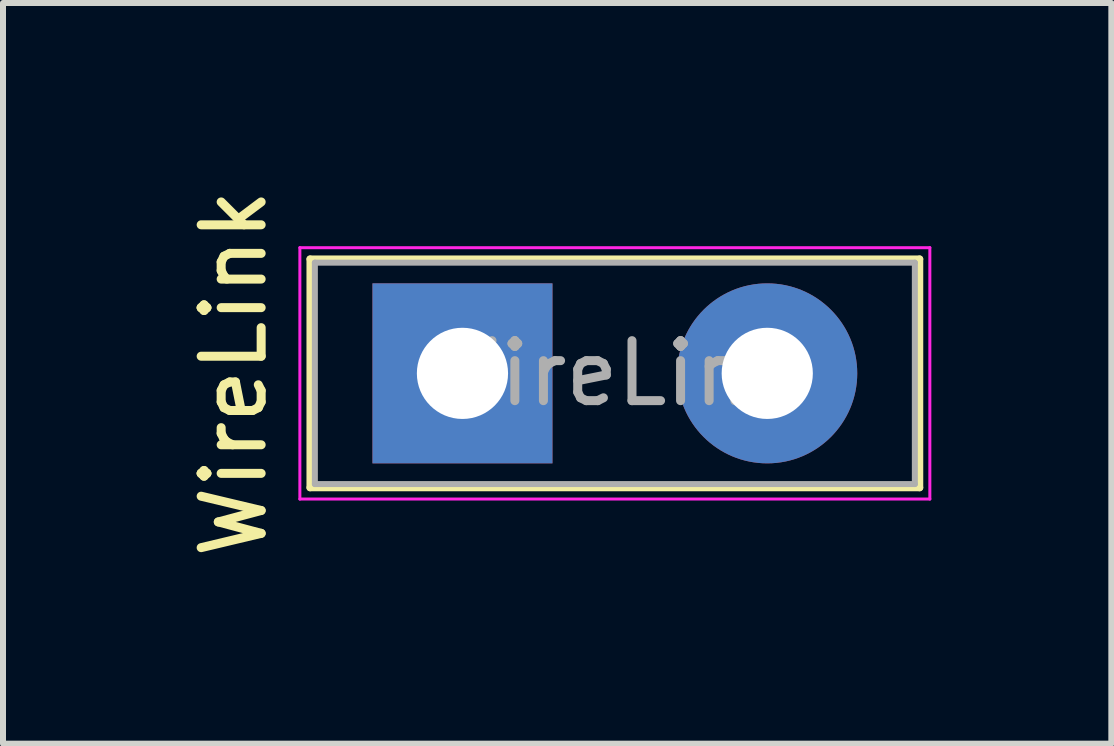
<source format=kicad_pcb>
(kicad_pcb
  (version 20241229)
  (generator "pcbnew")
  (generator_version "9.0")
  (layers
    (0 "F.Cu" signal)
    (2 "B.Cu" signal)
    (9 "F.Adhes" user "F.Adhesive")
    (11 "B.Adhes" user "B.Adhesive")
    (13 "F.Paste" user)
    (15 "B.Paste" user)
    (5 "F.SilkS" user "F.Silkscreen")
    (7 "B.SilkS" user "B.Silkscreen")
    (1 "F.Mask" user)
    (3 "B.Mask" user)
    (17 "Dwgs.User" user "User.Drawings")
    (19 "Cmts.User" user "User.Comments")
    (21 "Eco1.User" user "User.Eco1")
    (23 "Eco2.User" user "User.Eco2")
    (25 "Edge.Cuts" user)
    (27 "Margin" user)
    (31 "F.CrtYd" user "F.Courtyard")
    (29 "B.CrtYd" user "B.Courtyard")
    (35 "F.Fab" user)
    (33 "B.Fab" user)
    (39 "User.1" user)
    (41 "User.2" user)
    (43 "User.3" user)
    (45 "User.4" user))
  (footprint "WireLink"
    (layer "F.Cu")
    (at 4.658 3.173)
    (property "Reference" "WireLink" (at -3.81 0 90) (layer "F.SilkS") (effects (font (size 1 1) (thickness 0.15))))
    (attr through_hole)
    (fp_line (start -2.54 -1.905) (end -2.54 1.905) (stroke (width 0.12) (type solid)) (layer "F.SilkS"))
    (fp_line (start -2.54 1.905) (end 7.62 1.905) (stroke (width 0.12) (type solid)) (layer "F.SilkS"))
    (fp_line (start 7.62 -1.905) (end -2.54 -1.905) (stroke (width 0.12) (type solid)) (layer "F.SilkS"))
    (fp_line (start 7.62 1.905) (end 7.62 -1.905) (stroke (width 0.12) (type solid)) (layer "F.SilkS"))
    (fp_line (start -2.71 -2.095) (end -2.71 2.095) (stroke (width 0.05) (type solid)) (layer "F.CrtYd"))
    (fp_line (start -2.71 -2.095) (end 7.79 -2.095) (stroke (width 0.05) (type solid)) (layer "F.CrtYd"))
    (fp_line (start 7.79 2.095) (end -2.71 2.095) (stroke (width 0.05) (type solid)) (layer "F.CrtYd"))
    (fp_line (start 7.79 2.095) (end 7.79 -2.095) (stroke (width 0.05) (type solid)) (layer "F.CrtYd"))
    (fp_line (start -2.46 -1.845) (end -2.46 1.845) (stroke (width 0.1) (type solid)) (layer "F.Fab"))
    (fp_line (start -2.46 1.845) (end 7.54 1.845) (stroke (width 0.1) (type solid)) (layer "F.Fab"))
    (fp_line (start 7.54 -1.845) (end -2.46 -1.845) (stroke (width 0.1) (type solid)) (layer "F.Fab"))
    (fp_line (start 7.54 1.845) (end 7.54 -1.845) (stroke (width 0.1) (type solid)) (layer "F.Fab"))
    (fp_text user "${REFERENCE}" (at 2.54 0 0) (layer "F.Fab") (effects (font (size 1 1) (thickness 0.15))))
    (pad "1" thru_hole rect (at 0 0) (size 3 3) (drill 1.52) (layers "*.Cu" "*.Mask"))
    (pad "2" thru_hole circle (at 5.08 0) (size 3 3) (drill 1.52) (layers "*.Cu" "*.Mask")))
  (gr_rect
    (start -3 -3)
    (end 15.473 9.345)
    (stroke (width 0.1) (type default))
    (fill no)
    (layer "Edge.Cuts")))
</source>
